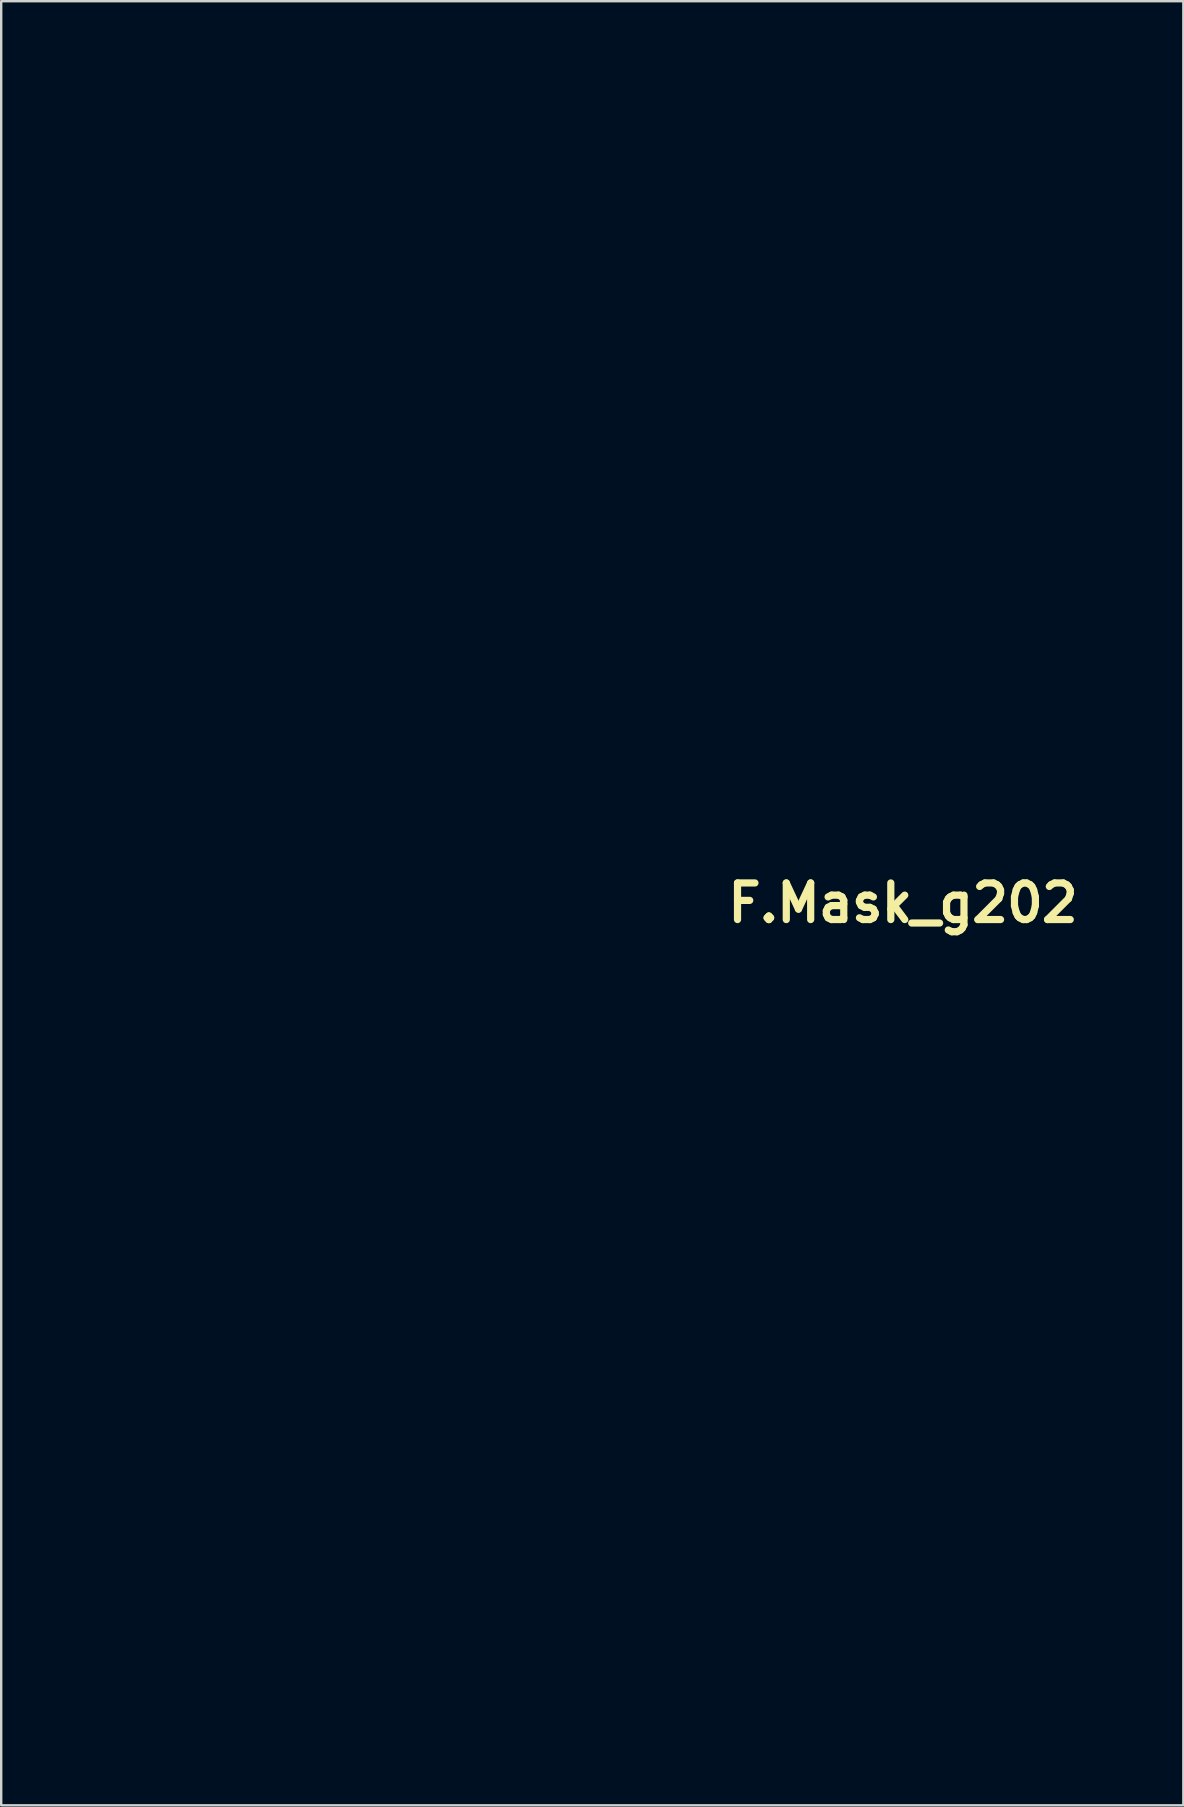
<source format=kicad_pcb>
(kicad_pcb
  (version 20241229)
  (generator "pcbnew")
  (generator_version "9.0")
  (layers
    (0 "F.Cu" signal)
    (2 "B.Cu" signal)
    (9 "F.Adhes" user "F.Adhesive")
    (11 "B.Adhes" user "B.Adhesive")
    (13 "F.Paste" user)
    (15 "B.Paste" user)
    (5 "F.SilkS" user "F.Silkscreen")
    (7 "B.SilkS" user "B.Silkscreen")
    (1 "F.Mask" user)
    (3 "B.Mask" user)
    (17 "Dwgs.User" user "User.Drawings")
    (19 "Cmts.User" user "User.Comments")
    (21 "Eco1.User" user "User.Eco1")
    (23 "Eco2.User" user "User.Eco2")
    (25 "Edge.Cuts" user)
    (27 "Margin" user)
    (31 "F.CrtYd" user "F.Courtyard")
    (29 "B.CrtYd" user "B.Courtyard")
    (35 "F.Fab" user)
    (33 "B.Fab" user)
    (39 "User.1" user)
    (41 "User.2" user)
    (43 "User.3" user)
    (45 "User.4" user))
  (footprint "F.Mask_g202"
    (layer "F.Cu")
    (at 34.57 34.57)
    (property "Reference" "F.Mask_g202" (at 0 0 0) (layer "F.SilkS") (effects (font (size 1.524 1.524) (thickness 0.3))))
    (attr through_hole)
    (fp_poly (pts (xy -21.46 5.755) (xy -21.415 5.79) (xy -21.346 5.844) (xy -21.257 5.916) (xy -21.154 5.999) (xy -21.04 6.093) (xy -20.92 6.191) (xy -20.798 6.292) (xy -20.679 6.391) (xy -20.566 6.485) (xy -20.465 6.57) (xy -20.38 6.642) (xy -20.315 6.699) (xy -20.274 6.735) (xy -20.262 6.748) (xy -20.273 6.767) (xy -20.308 6.813) (xy -20.361 6.881) (xy -20.428 6.964) (xy -20.504 7.059) (xy -20.586 7.159) (xy -20.669 7.26) (xy -20.748 7.355) (xy -20.819 7.44) (xy -20.878 7.509) (xy -20.92 7.556) (xy -20.94 7.577) (xy -20.941 7.578) (xy -20.951 7.56) (xy -20.966 7.514) (xy -20.971 7.498) (xy -20.982 7.461) (xy -21.004 7.388) (xy -21.034 7.284) (xy -21.073 7.154) (xy -21.117 7.002) (xy -21.167 6.834) (xy -21.22 6.653) (xy -21.24 6.586) (xy -21.293 6.406) (xy -21.342 6.239) (xy -21.385 6.089) (xy -21.421 5.961) (xy -21.449 5.859) (xy -21.469 5.787) (xy -21.478 5.749) (xy -21.478 5.744) (xy -21.46 5.755)) (stroke (width 0.01) (type solid)) (fill yes) (layer "F.Mask"))
    (fp_poly (pts (xy -12.958 -5.294) (xy -12.72 -5.22) (xy -12.467 -5.108) (xy -12.233 -4.977) (xy -12.04 -4.85) (xy -11.829 -4.697) (xy -11.611 -4.525) (xy -11.392 -4.341) (xy -11.183 -4.151) (xy -10.991 -3.964) (xy -10.848 -3.813) (xy -10.627 -3.55) (xy -10.447 -3.299) (xy -10.307 -3.058) (xy -10.207 -2.827) (xy -10.147 -2.605) (xy -10.126 -2.391) (xy -10.145 -2.185) (xy -10.204 -1.986) (xy -10.302 -1.793) (xy -10.357 -1.71) (xy -10.507 -1.532) (xy -10.675 -1.393) (xy -10.86 -1.292) (xy -11.06 -1.23) (xy -11.277 -1.208) (xy -11.509 -1.224) (xy -11.682 -1.26) (xy -11.892 -1.328) (xy -12.123 -1.43) (xy -12.373 -1.562) (xy -12.638 -1.725) (xy -12.916 -1.916) (xy -13.144 -2.087) (xy -13.433 -2.325) (xy -13.68 -2.562) (xy -13.889 -2.801) (xy -14.061 -3.044) (xy -14.197 -3.293) (xy -14.3 -3.551) (xy -14.37 -3.821) (xy -14.393 -3.958) (xy -14.403 -4.175) (xy -14.373 -4.391) (xy -14.306 -4.598) (xy -14.202 -4.793) (xy -14.066 -4.968) (xy -13.949 -5.078) (xy -13.775 -5.199) (xy -13.589 -5.281) (xy -13.392 -5.324) (xy -13.181 -5.329) (xy -12.958 -5.294)) (stroke (width 0.01) (type solid)) (fill yes) (layer "F.Mask"))
    (fp_poly (pts (xy -8.602 -9.527) (xy -8.419 -9.483) (xy -8.318 -9.44) (xy -8.256 -9.402) (xy -8.211 -9.355) (xy -8.18 -9.292) (xy -8.158 -9.202) (xy -8.144 -9.104) (xy -8.131 -8.894) (xy -8.148 -8.684) (xy -8.195 -8.471) (xy -8.273 -8.249) (xy -8.385 -8.016) (xy -8.531 -7.766) (xy -8.605 -7.652) (xy -8.672 -7.555) (xy -8.746 -7.452) (xy -8.823 -7.349) (xy -8.899 -7.251) (xy -8.969 -7.164) (xy -9.028 -7.095) (xy -9.071 -7.05) (xy -9.091 -7.034) (xy -9.111 -7.046) (xy -9.16 -7.082) (xy -9.236 -7.141) (xy -9.335 -7.22) (xy -9.454 -7.316) (xy -9.59 -7.426) (xy -9.74 -7.549) (xy -9.901 -7.682) (xy -9.98 -7.748) (xy -10.145 -7.885) (xy -10.301 -8.015) (xy -10.443 -8.134) (xy -10.569 -8.24) (xy -10.675 -8.331) (xy -10.76 -8.404) (xy -10.82 -8.456) (xy -10.851 -8.485) (xy -10.855 -8.49) (xy -10.845 -8.516) (xy -10.807 -8.563) (xy -10.747 -8.628) (xy -10.671 -8.704) (xy -10.585 -8.786) (xy -10.493 -8.869) (xy -10.402 -8.948) (xy -10.316 -9.018) (xy -10.242 -9.074) (xy -10.218 -9.09) (xy -9.985 -9.226) (xy -9.745 -9.34) (xy -9.502 -9.429) (xy -9.261 -9.493) (xy -9.028 -9.532) (xy -8.806 -9.543) (xy -8.602 -9.527)) (stroke (width 0.01) (type solid)) (fill yes) (layer "F.Mask"))
    (fp_poly (pts (xy -8.472 -34.563) (xy -8.314 -34.558) (xy -8.181 -34.547) (xy -8.068 -34.529) (xy -7.965 -34.505) (xy -7.865 -34.472) (xy -7.812 -34.451) (xy -7.672 -34.386) (xy -7.543 -34.306) (xy -7.42 -34.208) (xy -7.297 -34.085) (xy -7.17 -33.934) (xy -7.032 -33.749) (xy -7.023 -33.737) (xy -6.998 -33.702) (xy -6.95 -33.634) (xy -6.879 -33.533) (xy -6.784 -33.398) (xy -6.667 -33.232) (xy -6.528 -33.035) (xy -6.367 -32.807) (xy -6.185 -32.549) (xy -5.983 -32.262) (xy -5.76 -31.947) (xy -5.518 -31.603) (xy -5.256 -31.232) (xy -4.976 -30.834) (xy -4.677 -30.411) (xy -4.361 -29.962) (xy -4.027 -29.489) (xy -3.676 -28.992) (xy -3.309 -28.471) (xy -2.926 -27.928) (xy -2.528 -27.363) (xy -2.114 -26.776) (xy -1.687 -26.169) (xy -1.244 -25.543) (xy -0.789 -24.896) (xy -0.32 -24.232) (xy 0.161 -23.549) (xy 0.655 -22.849) (xy 1.16 -22.132) (xy 1.677 -21.4) (xy 2.204 -20.652) (xy 2.741 -19.889) (xy 3.289 -19.113) (xy 3.845 -18.323) (xy 4.411 -17.521) (xy 4.985 -16.707) (xy 5.567 -15.881) (xy 6.157 -15.045) (xy 6.753 -14.199) (xy 7.356 -13.344) (xy 7.497 -13.145) (xy 7.676 -12.89) (xy 7.832 -12.668) (xy 7.968 -12.475) (xy 8.084 -12.309) (xy 8.183 -12.168) (xy 8.265 -12.049) (xy 8.333 -11.949) (xy 8.389 -11.865) (xy 8.434 -11.796) (xy 8.469 -11.739) (xy 8.496 -11.691) (xy 8.518 -11.65) (xy 8.535 -11.613) (xy 8.55 -11.578) (xy 8.564 -11.541) (xy 8.575 -11.511) (xy 8.595 -11.455) (xy 8.612 -11.4) (xy 8.627 -11.344) (xy 8.64 -11.283) (xy 8.65 -11.214) (xy 8.658 -11.134) (xy 8.665 -11.039) (xy 8.669 -10.928) (xy 8.672 -10.796) (xy 8.674 -10.64) (xy 8.674 -10.458) (xy 8.673 -10.247) (xy 8.671 -10.002) (xy 8.668 -9.721) (xy 8.664 -9.401) (xy 8.664 -9.387) (xy 8.643 -7.821) (xy 8.587 -7.652) (xy 8.484 -7.408) (xy 8.348 -7.186) (xy 8.183 -6.989) (xy 7.99 -6.821) (xy 7.775 -6.684) (xy 7.539 -6.582) (xy 7.348 -6.529) (xy 7.211 -6.509) (xy 7.052 -6.5) (xy 6.891 -6.502) (xy 6.747 -6.517) (xy 6.722 -6.521) (xy 6.576 -6.528) (xy 6.411 -6.502) (xy 6.231 -6.442) (xy 6.116 -6.389) (xy 6.064 -6.362) (xy 6.014 -6.332) (xy 5.962 -6.295) (xy 5.904 -6.249) (xy 5.836 -6.188) (xy 5.751 -6.109) (xy 5.646 -6.009) (xy 5.517 -5.882) (xy 5.506 -5.872) (xy 5.065 -5.44) (xy 5.12 -5.329) (xy 5.147 -5.269) (xy 5.164 -5.213) (xy 5.172 -5.146) (xy 5.175 -5.056) (xy 5.175 -5.015) (xy 5.174 -4.916) (xy 5.169 -4.845) (xy 5.156 -4.789) (xy 5.134 -4.733) (xy 5.11 -4.687) (xy 5.078 -4.632) (xy 5.024 -4.552) (xy 4.954 -4.452) (xy 4.872 -4.34) (xy 4.785 -4.223) (xy 4.697 -4.106) (xy 4.613 -3.998) (xy 4.538 -3.905) (xy 4.478 -3.834) (xy 4.459 -3.813) (xy 4.357 -3.722) (xy 4.228 -3.637) (xy 4.09 -3.567) (xy 3.993 -3.531) (xy 3.819 -3.499) (xy 3.64 -3.504) (xy 3.477 -3.543) (xy 3.387 -3.575) (xy 3.304 -3.465) (xy 3.287 -3.441) (xy 3.245 -3.384) (xy 3.179 -3.295) (xy 3.091 -3.175) (xy 2.981 -3.025) (xy 2.849 -2.846) (xy 2.697 -2.64) (xy 2.526 -2.406) (xy 2.335 -2.147) (xy 2.126 -1.863) (xy 1.9 -1.556) (xy 1.658 -1.226) (xy 1.399 -0.874) (xy 1.125 -0.502) (xy 0.838 -0.11) (xy 0.536 0.3) (xy 0.222 0.727) (xy -0.104 1.171) (xy -0.442 1.63) (xy -0.79 2.104) (xy -1.147 2.59) (xy -1.514 3.089) (xy -1.888 3.598) (xy -2.27 4.118) (xy -2.659 4.647) (xy -2.962 5.059) (xy -3.472 5.753) (xy -3.957 6.414) (xy -4.419 7.041) (xy -4.857 7.636) (xy -5.271 8.199) (xy -5.662 8.731) (xy -6.031 9.231) (xy -6.377 9.702) (xy -6.702 10.142) (xy -7.005 10.554) (xy -7.288 10.936) (xy -7.55 11.291) (xy -7.791 11.618) (xy -8.013 11.917) (xy -8.216 12.191) (xy -8.399 12.438) (xy -8.564 12.66) (xy -8.711 12.856) (xy -8.84 13.029) (xy -8.952 13.178) (xy -9.047 13.303) (xy -9.125 13.406) (xy -9.187 13.487) (xy -9.234 13.546) (xy -9.265 13.584) (xy -9.28 13.6) (xy -9.476 13.757) (xy -9.692 13.882) (xy -9.923 13.971) (xy -10.163 14.022) (xy -10.34 14.033) (xy -10.383 14.031) (xy -10.466 14.025) (xy -10.584 14.016) (xy -10.733 14.003) (xy -10.911 13.987) (xy -11.113 13.969) (xy -11.337 13.948) (xy -11.578 13.925) (xy -11.834 13.9) (xy -12.101 13.874) (xy -12.223 13.862) (xy -12.6 13.826) (xy -12.934 13.794) (xy -13.228 13.766) (xy -13.48 13.744) (xy -13.691 13.726) (xy -13.862 13.713) (xy -13.993 13.704) (xy -14.084 13.7) (xy -14.129 13.7) (xy -14.305 13.726) (xy -14.461 13.787) (xy -14.604 13.887) (xy -14.646 13.924) (xy -14.665 13.946) (xy -14.709 14.001) (xy -14.778 14.087) (xy -14.871 14.204) (xy -14.987 14.35) (xy -15.126 14.525) (xy -15.287 14.727) (xy -15.468 14.957) (xy -15.67 15.212) (xy -15.892 15.493) (xy -16.132 15.797) (xy -16.391 16.125) (xy -16.667 16.475) (xy -16.959 16.846) (xy -17.268 17.238) (xy -17.592 17.649) (xy -17.93 18.079) (xy -18.283 18.526) (xy -18.648 18.99) (xy -19.026 19.47) (xy -19.415 19.964) (xy -19.815 20.473) (xy -20.225 20.995) (xy -20.645 21.528) (xy -21.073 22.073) (xy -21.51 22.628) (xy -21.954 23.193) (xy -22.404 23.766) (xy -22.607 24.024) (xy -23.06 24.6) (xy -23.506 25.169) (xy -23.946 25.728) (xy -24.378 26.278) (xy -24.801 26.816) (xy -25.215 27.343) (xy -25.62 27.858) (xy -26.014 28.358) (xy -26.396 28.845) (xy -26.766 29.316) (xy -27.124 29.77) (xy -27.468 30.208) (xy -27.798 30.627) (xy -28.113 31.027) (xy -28.412 31.407) (xy -28.695 31.767) (xy -28.961 32.104) (xy -29.209 32.419) (xy -29.438 32.71) (xy -29.648 32.976) (xy -29.838 33.217) (xy -30.007 33.432) (xy -30.155 33.619) (xy -30.281 33.777) (xy -30.383 33.907) (xy -30.462 34.007) (xy -30.517 34.075) (xy -30.547 34.112) (xy -30.552 34.117) (xy -30.721 34.269) (xy -30.919 34.398) (xy -31.132 34.499) (xy -31.266 34.543) (xy -31.374 34.565) (xy -31.51 34.579) (xy -31.661 34.586) (xy -31.814 34.585) (xy -31.956 34.577) (xy -32.075 34.561) (xy -32.11 34.553) (xy -32.238 34.51) (xy -32.382 34.445) (xy -32.525 34.367) (xy -32.651 34.285) (xy -32.691 34.254) (xy -32.73 34.218) (xy -32.792 34.154) (xy -32.877 34.064) (xy -32.978 33.953) (xy -33.095 33.825) (xy -33.223 33.682) (xy -33.36 33.529) (xy -33.501 33.369) (xy -33.644 33.206) (xy -33.786 33.043) (xy -33.923 32.884) (xy -34.052 32.733) (xy -34.163 32.601) (xy -34.311 32.404) (xy -34.422 32.209) (xy -34.501 32.006) (xy -34.523 31.931) (xy -34.539 31.857) (xy -34.551 31.782) (xy -34.559 31.696) (xy -34.563 31.59) (xy -34.565 31.455) (xy -34.565 31.391) (xy -34.565 31.344) (xy -34.563 31.258) (xy -34.561 31.132) (xy -34.558 30.969) (xy -34.555 30.771) (xy -34.55 30.538) (xy -34.545 30.273) (xy -34.539 29.977) (xy -34.533 29.652) (xy -34.526 29.299) (xy -34.518 28.919) (xy -34.51 28.515) (xy -34.501 28.087) (xy -34.492 27.638) (xy -34.482 27.169) (xy -34.472 26.682) (xy -34.462 26.177) (xy -34.451 25.657) (xy -34.44 25.123) (xy -34.429 24.577) (xy -34.417 24.021) (xy -34.405 23.455) (xy -34.394 22.881) (xy -34.381 22.302) (xy -34.369 21.718) (xy -34.357 21.131) (xy -34.345 20.543) (xy -34.332 19.954) (xy -34.32 19.368) (xy -34.308 18.785) (xy -34.295 18.207) (xy -34.283 17.636) (xy -34.271 17.072) (xy -34.259 16.518) (xy -34.248 15.975) (xy -34.237 15.445) (xy -34.226 14.928) (xy -34.215 14.428) (xy -34.204 13.945) (xy -34.194 13.481) (xy -34.185 13.038) (xy -34.176 12.616) (xy -34.167 12.218) (xy -34.16 11.896) (xy -29.798 11.896) (xy -29.791 11.975) (xy -29.784 12.02) (xy -29.761 12.12) (xy -29.728 12.208) (xy -29.681 12.291) (xy -29.615 12.376) (xy -29.524 12.468) (xy -29.404 12.576) (xy -29.364 12.61) (xy -29.29 12.673) (xy -29.189 12.759) (xy -29.066 12.865) (xy -28.925 12.986) (xy -28.773 13.118) (xy -28.612 13.256) (xy -28.45 13.396) (xy -28.365 13.47) (xy -28.187 13.623) (xy -27.997 13.787) (xy -27.801 13.955) (xy -27.607 14.122) (xy -27.421 14.282) (xy -27.252 14.427) (xy -27.106 14.552) (xy -27.084 14.57) (xy -26.924 14.707) (xy -26.782 14.829) (xy -26.653 14.941) (xy -26.533 15.047) (xy -26.417 15.152) (xy -26.299 15.26) (xy -26.176 15.374) (xy -26.043 15.501) (xy -25.894 15.643) (xy -25.725 15.806) (xy -25.531 15.993) (xy -25.504 16.019) (xy -25.274 16.24) (xy -25.069 16.434) (xy -24.891 16.6) (xy -24.74 16.736) (xy -24.615 16.844) (xy -24.519 16.921) (xy -24.459 16.964) (xy -24.345 17.02) (xy -24.218 17.049) (xy -24.065 17.053) (xy -24.063 17.053) (xy -23.958 17.045) (xy -23.874 17.026) (xy -23.787 16.991) (xy -23.762 16.979) (xy -23.619 16.886) (xy -23.492 16.762) (xy -23.392 16.616) (xy -23.37 16.573) (xy -23.342 16.506) (xy -23.326 16.443) (xy -23.318 16.367) (xy -23.315 16.267) (xy -23.317 16.168) (xy -23.324 16.096) (xy -23.339 16.036) (xy -23.366 15.973) (xy -23.375 15.954) (xy -23.393 15.919) (xy -23.413 15.886) (xy -23.438 15.852) (xy -23.471 15.812) (xy -23.516 15.765) (xy -23.577 15.706) (xy -23.657 15.631) (xy -23.759 15.537) (xy -23.886 15.421) (xy -23.982 15.335) (xy -24.07 15.254) (xy -24.172 15.159) (xy -24.285 15.054) (xy -24.404 14.942) (xy -24.524 14.827) (xy -24.644 14.713) (xy -24.757 14.604) (xy -24.861 14.504) (xy -24.951 14.415) (xy -25.024 14.343) (xy -25.075 14.291) (xy -25.101 14.262) (xy -25.104 14.258) (xy -25.094 14.236) (xy -25.065 14.181) (xy -25.02 14.097) (xy -24.961 13.989) (xy -24.89 13.861) (xy -24.81 13.716) (xy -24.722 13.558) (xy -24.63 13.393) (xy -24.535 13.223) (xy -24.439 13.053) (xy -24.346 12.888) (xy -24.257 12.73) (xy -24.174 12.584) (xy -24.1 12.455) (xy -24.037 12.346) (xy -23.996 12.277) (xy -23.942 12.187) (xy -23.876 12.08) (xy -23.802 11.962) (xy -23.723 11.838) (xy -23.643 11.714) (xy -23.565 11.594) (xy -23.493 11.484) (xy -23.429 11.39) (xy -23.379 11.316) (xy -23.344 11.269) (xy -23.33 11.253) (xy -23.31 11.263) (xy -23.262 11.296) (xy -23.193 11.348) (xy -23.108 11.414) (xy -23.019 11.486) (xy -22.919 11.567) (xy -22.794 11.667) (xy -22.652 11.779) (xy -22.502 11.897) (xy -22.351 12.014) (xy -22.236 12.103) (xy -22.097 12.21) (xy -21.956 12.318) (xy -21.822 12.423) (xy -21.699 12.518) (xy -21.597 12.599) (xy -21.526 12.655) (xy -21.406 12.749) (xy -21.309 12.818) (xy -21.227 12.867) (xy -21.153 12.897) (xy -21.076 12.914) (xy -20.991 12.92) (xy -20.934 12.92) (xy -20.78 12.911) (xy -20.652 12.881) (xy -20.537 12.825) (xy -20.423 12.74) (xy -20.35 12.67) (xy -20.241 12.549) (xy -20.167 12.432) (xy -20.123 12.309) (xy -20.104 12.169) (xy -20.102 12.107) (xy -20.105 12.007) (xy -20.119 11.928) (xy -20.147 11.846) (xy -20.161 11.815) (xy -20.194 11.751) (xy -20.237 11.687) (xy -20.294 11.62) (xy -20.369 11.547) (xy -20.464 11.464) (xy -20.583 11.369) (xy -20.731 11.256) (xy -20.911 11.124) (xy -20.913 11.123) (xy -21.145 10.954) (xy -21.347 10.807) (xy -21.525 10.676) (xy -21.683 10.557) (xy -21.826 10.448) (xy -21.959 10.343) (xy -22.087 10.239) (xy -22.215 10.132) (xy -22.348 10.018) (xy -22.49 9.892) (xy -22.646 9.752) (xy -22.822 9.593) (xy -23.022 9.41) (xy -23.093 9.345) (xy -23.237 9.214) (xy -23.384 9.08) (xy -23.529 8.95) (xy -23.664 8.828) (xy -23.784 8.721) (xy -23.883 8.633) (xy -23.928 8.594) (xy -24.107 8.436) (xy -24.283 8.276) (xy -24.452 8.117) (xy -24.609 7.965) (xy -24.75 7.824) (xy -24.869 7.699) (xy -24.963 7.593) (xy -25.001 7.548) (xy -25.118 7.407) (xy -25.227 7.301) (xy -25.332 7.228) (xy -25.441 7.182) (xy -25.56 7.16) (xy -25.696 7.158) (xy -25.701 7.159) (xy -25.875 7.184) (xy -26.025 7.24) (xy -26.159 7.331) (xy -26.209 7.376) (xy -26.288 7.462) (xy -26.339 7.542) (xy -26.369 7.629) (xy -26.382 7.737) (xy -26.384 7.821) (xy -26.381 7.925) (xy -26.371 8.018) (xy -26.35 8.11) (xy -26.316 8.209) (xy -26.266 8.326) (xy -26.197 8.469) (xy -26.193 8.477) (xy -26.141 8.581) (xy -26.088 8.675) (xy -26.034 8.763) (xy -25.973 8.849) (xy -25.903 8.936) (xy -25.82 9.028) (xy -25.721 9.13) (xy -25.602 9.245) (xy -25.461 9.377) (xy -25.293 9.529) (xy -25.154 9.654) (xy -25.013 9.78) (xy -24.883 9.898) (xy -24.767 10.006) (xy -24.668 10.099) (xy -24.589 10.175) (xy -24.534 10.23) (xy -24.506 10.262) (xy -24.503 10.268) (xy -24.515 10.295) (xy -24.548 10.35) (xy -24.596 10.426) (xy -24.657 10.516) (xy -24.69 10.564) (xy -24.806 10.733) (xy -24.927 10.919) (xy -25.056 11.124) (xy -25.194 11.353) (xy -25.345 11.609) (xy -25.509 11.894) (xy -25.689 12.211) (xy -25.813 12.434) (xy -25.909 12.606) (xy -25.999 12.766) (xy -26.081 12.911) (xy -26.153 13.036) (xy -26.212 13.139) (xy -26.257 13.214) (xy -26.285 13.26) (xy -26.295 13.271) (xy -26.314 13.257) (xy -26.359 13.218) (xy -26.424 13.159) (xy -26.505 13.084) (xy -26.596 12.997) (xy -26.602 12.991) (xy -26.691 12.907) (xy -26.805 12.802) (xy -26.938 12.68) (xy -27.084 12.549) (xy -27.235 12.413) (xy -27.387 12.28) (xy -27.463 12.213) (xy -27.691 12.014) (xy -27.889 11.84) (xy -28.061 11.69) (xy -28.208 11.563) (xy -28.333 11.456) (xy -28.439 11.368) (xy -28.527 11.297) (xy -28.602 11.241) (xy -28.664 11.198) (xy -28.717 11.167) (xy -28.764 11.145) (xy -28.806 11.132) (xy -28.846 11.125) (xy -28.887 11.122) (xy -28.931 11.122) (xy -28.982 11.123) (xy -29.009 11.123) (xy -29.111 11.124) (xy -29.183 11.129) (xy -29.238 11.141) (xy -29.289 11.16) (xy -29.332 11.182) (xy -29.495 11.29) (xy -29.625 11.423) (xy -29.72 11.58) (xy -29.774 11.734) (xy -29.793 11.823) (xy -29.798 11.896) (xy -34.16 11.896) (xy -34.159 11.845) (xy -34.151 11.499) (xy -34.144 11.181) (xy -34.138 10.893) (xy -34.132 10.637) (xy -34.127 10.413) (xy -34.122 10.224) (xy -34.119 10.071) (xy -34.116 9.955) (xy -34.114 9.879) (xy -34.112 9.843) (xy -34.112 9.842) (xy -34.093 9.659) (xy -34.055 9.494) (xy -33.993 9.329) (xy -33.946 9.229) (xy -33.926 9.195) (xy -33.888 9.137) (xy -33.832 9.052) (xy -33.756 8.942) (xy -33.661 8.805) (xy -33.546 8.641) (xy -33.411 8.45) (xy -33.255 8.23) (xy -33.078 7.981) (xy -32.879 7.702) (xy -32.659 7.394) (xy -32.417 7.055) (xy -32.152 6.686) (xy -31.864 6.285) (xy -31.552 5.851) (xy -31.217 5.385) (xy -30.858 4.886) (xy -30.503 4.392) (xy -30.424 4.282) (xy -23.372 4.282) (xy -23.368 4.371) (xy -23.356 4.473) (xy -23.336 4.591) (xy -23.306 4.733) (xy -23.267 4.902) (xy -23.217 5.104) (xy -23.187 5.224) (xy -23.101 5.559) (xy -23.009 5.918) (xy -22.913 6.291) (xy -22.815 6.67) (xy -22.717 7.045) (xy -22.622 7.407) (xy -22.533 7.745) (xy -22.457 8.033) (xy -22.398 8.261) (xy -22.346 8.483) (xy -22.302 8.687) (xy -22.268 8.865) (xy -22.257 8.932) (xy -22.22 9.15) (xy -22.183 9.33) (xy -22.143 9.479) (xy -22.097 9.602) (xy -22.045 9.705) (xy -21.984 9.792) (xy -21.921 9.861) (xy -21.855 9.918) (xy -21.783 9.969) (xy -21.749 9.989) (xy -21.64 10.023) (xy -21.511 10.032) (xy -21.375 10.015) (xy -21.279 9.988) (xy -21.188 9.951) (xy -21.1 9.906) (xy -21.011 9.853) (xy -20.919 9.787) (xy -20.822 9.707) (xy -20.716 9.611) (xy -20.6 9.495) (xy -20.47 9.357) (xy -20.325 9.196) (xy -20.161 9.007) (xy -19.976 8.79) (xy -19.785 8.562) (xy -19.656 8.406) (xy -19.533 8.26) (xy -19.421 8.125) (xy -19.322 8.007) (xy -19.239 7.908) (xy -19.174 7.831) (xy -19.131 7.781) (xy -19.113 7.761) (xy -19.102 7.75) (xy -19.087 7.746) (xy -19.067 7.751) (xy -19.037 7.767) (xy -18.993 7.797) (xy -18.933 7.844) (xy -18.851 7.91) (xy -18.744 7.998) (xy -18.61 8.11) (xy -18.597 8.12) (xy -18.428 8.261) (xy -18.286 8.376) (xy -18.167 8.469) (xy -18.066 8.543) (xy -17.981 8.6) (xy -17.906 8.643) (xy -17.837 8.677) (xy -17.77 8.702) (xy -17.749 8.709) (xy -17.608 8.737) (xy -17.457 8.738) (xy -17.313 8.714) (xy -17.219 8.679) (xy -17.118 8.616) (xy -17.013 8.524) (xy -16.916 8.417) (xy -16.838 8.306) (xy -16.814 8.262) (xy -16.762 8.11) (xy -16.745 7.949) (xy -16.764 7.789) (xy -16.818 7.639) (xy -16.887 7.53) (xy -16.933 7.479) (xy -17.007 7.407) (xy -17.111 7.312) (xy -17.245 7.195) (xy -17.41 7.054) (xy -17.607 6.888) (xy -17.693 6.816) (xy -17.798 6.729) (xy -17.891 6.651) (xy -17.967 6.586) (xy -18.022 6.538) (xy -18.052 6.512) (xy -18.055 6.508) (xy -18.044 6.489) (xy -18.014 6.442) (xy -17.969 6.374) (xy -17.919 6.3) (xy -17.805 6.109) (xy -17.732 5.931) (xy -17.698 5.764) (xy -17.705 5.608) (xy -17.752 5.462) (xy -17.839 5.325) (xy -17.905 5.252) (xy -17.983 5.183) (xy -18.072 5.117) (xy -18.151 5.069) (xy -18.229 5.034) (xy -18.297 5.015) (xy -18.376 5.007) (xy -18.437 5.006) (xy -18.525 5.008) (xy -18.588 5.017) (xy -18.644 5.038) (xy -18.71 5.075) (xy -18.719 5.08) (xy -18.784 5.124) (xy -18.867 5.19) (xy -18.959 5.267) (xy -19.042 5.342) (xy -19.124 5.418) (xy -19.183 5.469) (xy -19.222 5.499) (xy -19.249 5.51) (xy -19.27 5.508) (xy -19.282 5.5) (xy -19.304 5.483) (xy -19.357 5.44) (xy -19.436 5.374) (xy -19.541 5.288) (xy -19.668 5.183) (xy -19.816 5.061) (xy -19.98 4.924) (xy -20.16 4.775) (xy -20.352 4.616) (xy -20.554 4.448) (xy -20.647 4.371) (xy -20.867 4.189) (xy -21.076 4.016) (xy -21.273 3.855) (xy -21.454 3.707) (xy -21.618 3.574) (xy -21.762 3.459) (xy -21.883 3.362) (xy -21.98 3.287) (xy -22.049 3.235) (xy -22.089 3.208) (xy -22.091 3.207) (xy -22.157 3.175) (xy -22.214 3.156) (xy -22.279 3.146) (xy -22.366 3.143) (xy -22.394 3.143) (xy -22.488 3.145) (xy -22.558 3.152) (xy -22.621 3.17) (xy -22.694 3.201) (xy -22.738 3.223) (xy -22.89 3.32) (xy -23.031 3.45) (xy -23.155 3.606) (xy -23.255 3.779) (xy -23.326 3.961) (xy -23.345 4.039) (xy -23.36 4.121) (xy -23.369 4.201) (xy -23.372 4.282) (xy -30.424 4.282) (xy -30.181 3.946) (xy -29.848 3.484) (xy -29.506 3.008) (xy -29.156 2.522) (xy -28.801 2.029) (xy -28.666 1.841) (xy -21.218 1.841) (xy -21.204 2.013) (xy -21.162 2.16) (xy -21.089 2.291) (xy -21.019 2.376) (xy -20.888 2.494) (xy -20.741 2.572) (xy -20.578 2.613) (xy -20.397 2.616) (xy -20.315 2.607) (xy -20.16 2.585) (xy -20.016 2.568) (xy -19.876 2.556) (xy -19.73 2.55) (xy -19.57 2.547) (xy -19.387 2.549) (xy -19.173 2.554) (xy -19.104 2.556) (xy -18.924 2.561) (xy -18.713 2.565) (xy -18.485 2.567) (xy -18.251 2.568) (xy -18.023 2.568) (xy -17.814 2.566) (xy -17.799 2.566) (xy -17.571 2.564) (xy -17.384 2.563) (xy -17.239 2.565) (xy -17.134 2.568) (xy -17.069 2.574) (xy -17.045 2.579) (xy -17.013 2.615) (xy -16.993 2.684) (xy -16.99 2.703) (xy -16.984 2.745) (xy -16.973 2.824) (xy -16.958 2.935) (xy -16.938 3.074) (xy -16.915 3.235) (xy -16.889 3.415) (xy -16.861 3.607) (xy -16.841 3.747) (xy -16.807 3.983) (xy -16.771 4.243) (xy -16.734 4.514) (xy -16.697 4.786) (xy -16.662 5.049) (xy -16.631 5.291) (xy -16.605 5.502) (xy -16.605 5.503) (xy -16.572 5.76) (xy -16.543 5.976) (xy -16.518 6.152) (xy -16.495 6.288) (xy -16.477 6.382) (xy -16.463 6.429) (xy -16.396 6.558) (xy -16.295 6.677) (xy -16.172 6.778) (xy -16.035 6.853) (xy -15.95 6.882) (xy -15.853 6.895) (xy -15.733 6.893) (xy -15.608 6.877) (xy -15.495 6.85) (xy -15.443 6.83) (xy -15.363 6.789) (xy -15.287 6.744) (xy -15.251 6.719) (xy -15.147 6.618) (xy -15.059 6.489) (xy -14.992 6.344) (xy -14.952 6.197) (xy -14.944 6.102) (xy -14.947 6.043) (xy -14.956 5.945) (xy -14.97 5.811) (xy -14.989 5.644) (xy -15.013 5.448) (xy -15.041 5.225) (xy -15.072 4.978) (xy -15.107 4.711) (xy -15.145 4.426) (xy -15.185 4.127) (xy -15.228 3.816) (xy -15.272 3.496) (xy -15.316 3.189) (xy -15.336 3.044) (xy -15.353 2.915) (xy -15.367 2.805) (xy -15.376 2.721) (xy -15.381 2.668) (xy -15.38 2.652) (xy -15.356 2.65) (xy -15.294 2.65) (xy -15.2 2.654) (xy -15.08 2.661) (xy -14.938 2.67) (xy -14.78 2.681) (xy -14.611 2.694) (xy -14.435 2.707) (xy -14.259 2.722) (xy -14.087 2.737) (xy -13.924 2.753) (xy -13.795 2.766) (xy -13.485 2.794) (xy -13.192 2.814) (xy -12.921 2.823) (xy -12.676 2.823) (xy -12.46 2.814) (xy -12.28 2.795) (xy -12.191 2.779) (xy -11.987 2.722) (xy -11.819 2.645) (xy -11.685 2.549) (xy -11.644 2.509) (xy -11.568 2.418) (xy -11.516 2.332) (xy -11.484 2.239) (xy -11.467 2.127) (xy -11.462 1.986) (xy -11.462 1.979) (xy -11.463 1.87) (xy -11.468 1.792) (xy -11.478 1.734) (xy -11.494 1.683) (xy -11.511 1.646) (xy -11.611 1.492) (xy -11.739 1.367) (xy -11.87 1.287) (xy -12.011 1.217) (xy -12.816 1.203) (xy -13.021 1.198) (xy -13.234 1.193) (xy -13.446 1.186) (xy -13.648 1.178) (xy -13.831 1.17) (xy -13.988 1.161) (xy -14.076 1.156) (xy -14.244 1.144) (xy -14.438 1.13) (xy -14.643 1.116) (xy -14.843 1.102) (xy -15.023 1.09) (xy -15.028 1.089) (xy -15.171 1.079) (xy -15.302 1.07) (xy -15.414 1.061) (xy -15.501 1.054) (xy -15.555 1.049) (xy -15.57 1.047) (xy -15.585 1.04) (xy -15.599 1.023) (xy -15.614 0.991) (xy -15.631 0.938) (xy -15.651 0.86) (xy -15.676 0.751) (xy -15.708 0.606) (xy -15.715 0.577) (xy -15.748 0.428) (xy -15.79 0.249) (xy -15.836 0.052) (xy -15.885 -0.151) (xy -15.934 -0.349) (xy -15.971 -0.497) (xy -16.044 -0.793) (xy -16.107 -1.058) (xy -16.162 -1.304) (xy -16.211 -1.541) (xy -16.257 -1.779) (xy -16.301 -2.029) (xy -16.309 -2.074) (xy -16.338 -2.23) (xy -16.368 -2.363) (xy -16.397 -2.467) (xy -16.417 -2.519) (xy -16.5 -2.655) (xy -16.613 -2.777) (xy -16.745 -2.87) (xy -16.753 -2.875) (xy -16.806 -2.901) (xy -16.855 -2.918) (xy -16.912 -2.927) (xy -16.989 -2.931) (xy -17.081 -2.932) (xy -17.187 -2.93) (xy -17.263 -2.925) (xy -17.323 -2.914) (xy -17.38 -2.895) (xy -17.433 -2.872) (xy -17.547 -2.805) (xy -17.652 -2.718) (xy -17.739 -2.62) (xy -17.793 -2.529) (xy -17.813 -2.457) (xy -17.828 -2.352) (xy -17.838 -2.223) (xy -17.841 -2.079) (xy -17.838 -1.929) (xy -17.829 -1.783) (xy -17.824 -1.733) (xy -17.802 -1.557) (xy -17.772 -1.364) (xy -17.734 -1.15) (xy -17.688 -0.91) (xy -17.632 -0.642) (xy -17.565 -0.342) (xy -17.488 -0.005) (xy -17.467 0.085) (xy -17.26 0.963) (xy -17.843 0.974) (xy -18.035 0.976) (xy -18.249 0.977) (xy -18.471 0.975) (xy -18.686 0.973) (xy -18.879 0.969) (xy -18.955 0.966) (xy -19.281 0.958) (xy -19.569 0.957) (xy -19.823 0.963) (xy -20.047 0.978) (xy -20.245 1) (xy -20.419 1.032) (xy -20.575 1.073) (xy -20.717 1.124) (xy -20.827 1.174) (xy -20.936 1.248) (xy -21.039 1.351) (xy -21.126 1.473) (xy -21.163 1.541) (xy -21.192 1.612) (xy -21.209 1.678) (xy -21.216 1.755) (xy -21.218 1.841) (xy -28.666 1.841) (xy -28.443 1.532) (xy -28.085 1.034) (xy -27.728 0.539) (xy -27.374 0.048) (xy -27.027 -0.435) (xy -26.687 -0.906) (xy -26.358 -1.364) (xy -26.041 -1.804) (xy -25.739 -2.223) (xy -25.454 -2.619) (xy -25.188 -2.989) (xy -24.943 -3.329) (xy -24.81 -3.514) (xy -24.56 -3.861) (xy -24.409 -4.07) (xy -15.928 -4.07) (xy -15.922 -3.873) (xy -15.905 -3.686) (xy -15.879 -3.521) (xy -15.877 -3.514) (xy -15.771 -3.109) (xy -15.625 -2.72) (xy -15.44 -2.348) (xy -15.216 -1.992) (xy -14.953 -1.652) (xy -14.651 -1.328) (xy -14.31 -1.019) (xy -14.209 -0.937) (xy -13.809 -0.636) (xy -13.417 -0.376) (xy -13.033 -0.157) (xy -12.654 0.022) (xy -12.282 0.16) (xy -11.915 0.258) (xy -11.552 0.317) (xy -11.303 0.335) (xy -11.237 0.334) (xy -11.146 0.329) (xy -11.046 0.32) (xy -11.017 0.317) (xy -10.7 0.261) (xy -10.4 0.168) (xy -10.116 0.035) (xy -9.946 -0.068) (xy -9.694 -0.255) (xy -9.458 -0.472) (xy -9.242 -0.715) (xy -9.048 -0.977) (xy -8.882 -1.253) (xy -8.746 -1.537) (xy -8.645 -1.824) (xy -8.592 -2.053) (xy -8.567 -2.277) (xy -8.566 -2.522) (xy -8.587 -2.777) (xy -8.629 -3.029) (xy -8.692 -3.267) (xy -8.712 -3.328) (xy -8.84 -3.635) (xy -9.006 -3.949) (xy -9.21 -4.269) (xy -9.45 -4.592) (xy -9.725 -4.915) (xy -10.031 -5.236) (xy -10.368 -5.554) (xy -10.425 -5.604) (xy -10.731 -5.863) (xy -11.024 -6.086) (xy -11.308 -6.276) (xy -11.586 -6.436) (xy -11.864 -6.568) (xy -12.147 -6.675) (xy -12.439 -6.758) (xy -12.619 -6.798) (xy -12.792 -6.825) (xy -12.987 -6.841) (xy -13.191 -6.848) (xy -13.394 -6.845) (xy -13.583 -6.832) (xy -13.746 -6.81) (xy -13.791 -6.8) (xy -14.099 -6.708) (xy -14.392 -6.577) (xy -14.669 -6.412) (xy -14.926 -6.215) (xy -15.161 -5.988) (xy -15.371 -5.736) (xy -15.553 -5.46) (xy -15.704 -5.163) (xy -15.822 -4.85) (xy -15.889 -4.593) (xy -15.912 -4.443) (xy -15.925 -4.265) (xy -15.928 -4.07) (xy -24.409 -4.07) (xy -24.309 -4.209) (xy -24.06 -4.553) (xy -23.815 -4.893) (xy -23.574 -5.226) (xy -23.34 -5.549) (xy -23.114 -5.861) (xy -22.898 -6.157) (xy -22.695 -6.437) (xy -22.504 -6.699) (xy -22.33 -6.938) (xy -22.172 -7.154) (xy -22.032 -7.344) (xy -21.914 -7.505) (xy -21.817 -7.635) (xy -21.781 -7.684) (xy -21.718 -7.768) (xy -21.63 -7.885) (xy -21.52 -8.033) (xy -21.388 -8.211) (xy -21.234 -8.418) (xy -21.188 -8.481) (xy -12.718 -8.481) (xy -12.706 -8.33) (xy -12.674 -8.188) (xy -12.66 -8.147) (xy -12.643 -8.105) (xy -12.626 -8.066) (xy -12.607 -8.027) (xy -12.583 -7.988) (xy -12.552 -7.946) (xy -12.513 -7.899) (xy -12.464 -7.846) (xy -12.403 -7.784) (xy -12.327 -7.713) (xy -12.236 -7.63) (xy -12.126 -7.534) (xy -11.996 -7.422) (xy -11.845 -7.292) (xy -11.669 -7.144) (xy -11.468 -6.975) (xy -11.239 -6.784) (xy -10.981 -6.568) (xy -10.841 -6.451) (xy -10.597 -6.247) (xy -10.348 -6.039) (xy -10.099 -5.831) (xy -9.854 -5.625) (xy -9.615 -5.425) (xy -9.388 -5.234) (xy -9.174 -5.055) (xy -8.979 -4.891) (xy -8.805 -4.744) (xy -8.656 -4.619) (xy -8.541 -4.521) (xy -8.348 -4.357) (xy -8.184 -4.219) (xy -8.047 -4.103) (xy -7.934 -4.008) (xy -7.843 -3.931) (xy -7.77 -3.87) (xy -7.713 -3.823) (xy -7.669 -3.788) (xy -7.636 -3.763) (xy -7.61 -3.745) (xy -7.589 -3.732) (xy -7.57 -3.721) (xy -7.55 -3.711) (xy -7.539 -3.705) (xy -7.377 -3.647) (xy -7.208 -3.629) (xy -7.035 -3.651) (xy -6.884 -3.704) (xy -6.733 -3.796) (xy -6.607 -3.914) (xy -6.509 -4.054) (xy -6.442 -4.21) (xy -6.408 -4.374) (xy -6.41 -4.541) (xy -6.45 -4.705) (xy -6.452 -4.71) (xy -6.475 -4.765) (xy -6.502 -4.816) (xy -6.537 -4.867) (xy -6.583 -4.921) (xy -6.643 -4.982) (xy -6.722 -5.052) (xy -6.822 -5.136) (xy -6.947 -5.237) (xy -7.101 -5.358) (xy -7.181 -5.42) (xy -7.317 -5.526) (xy -7.441 -5.623) (xy -7.551 -5.709) (xy -7.642 -5.781) (xy -7.71 -5.836) (xy -7.751 -5.871) (xy -7.763 -5.882) (xy -7.748 -5.899) (xy -7.701 -5.932) (xy -7.628 -5.978) (xy -7.534 -6.033) (xy -7.425 -6.095) (xy -7.306 -6.158) (xy -7.183 -6.222) (xy -7.144 -6.241) (xy -6.657 -6.463) (xy -6.156 -6.65) (xy -5.634 -6.805) (xy -5.089 -6.929) (xy -4.636 -7.006) (xy -4.429 -7.043) (xy -4.259 -7.09) (xy -4.12 -7.151) (xy -4.007 -7.228) (xy -3.914 -7.325) (xy -3.836 -7.444) (xy -3.82 -7.473) (xy -3.759 -7.636) (xy -3.735 -7.801) (xy -3.747 -7.965) (xy -3.792 -8.12) (xy -3.867 -8.263) (xy -3.969 -8.387) (xy -4.096 -8.488) (xy -4.246 -8.559) (xy -4.373 -8.59) (xy -4.509 -8.601) (xy -4.679 -8.598) (xy -4.877 -8.58) (xy -5.099 -8.55) (xy -5.338 -8.509) (xy -5.589 -8.457) (xy -5.846 -8.395) (xy -6.105 -8.325) (xy -6.359 -8.246) (xy -6.4 -8.233) (xy -6.497 -8.201) (xy -6.578 -8.175) (xy -6.637 -8.157) (xy -6.665 -8.149) (xy -6.666 -8.149) (xy -6.667 -8.168) (xy -6.66 -8.219) (xy -6.645 -8.293) (xy -6.633 -8.34) (xy -6.587 -8.555) (xy -6.558 -8.756) (xy -6.544 -8.961) (xy -6.545 -9.188) (xy -6.546 -9.221) (xy -6.557 -9.409) (xy -6.576 -9.567) (xy -6.607 -9.708) (xy -6.652 -9.843) (xy -6.714 -9.985) (xy -6.732 -10.022) (xy -6.865 -10.244) (xy -7.034 -10.448) (xy -7.236 -10.631) (xy -7.467 -10.791) (xy -7.723 -10.923) (xy -7.793 -10.953) (xy -8.077 -11.045) (xy -8.381 -11.101) (xy -8.704 -11.121) (xy -9.045 -11.105) (xy -9.403 -11.053) (xy -9.775 -10.966) (xy -10.161 -10.843) (xy -10.435 -10.737) (xy -10.605 -10.664) (xy -10.76 -10.591) (xy -10.904 -10.513) (xy -11.043 -10.428) (xy -11.18 -10.332) (xy -11.32 -10.221) (xy -11.468 -10.093) (xy -11.629 -9.943) (xy -11.807 -9.769) (xy -12.007 -9.566) (xy -12.045 -9.527) (xy -12.191 -9.376) (xy -12.31 -9.251) (xy -12.405 -9.148) (xy -12.481 -9.064) (xy -12.54 -8.993) (xy -12.585 -8.932) (xy -12.619 -8.878) (xy -12.647 -8.826) (xy -12.67 -8.772) (xy -12.68 -8.745) (xy -12.71 -8.624) (xy -12.718 -8.481) (xy -21.188 -8.481) (xy -21.061 -8.651) (xy -20.868 -8.911) (xy -20.658 -9.195) (xy -20.43 -9.502) (xy -20.187 -9.83) (xy -19.928 -10.179) (xy -19.656 -10.546) (xy -19.371 -10.931) (xy -19.074 -11.332) (xy -18.767 -11.747) (xy -18.449 -12.176) (xy -18.123 -12.617) (xy -17.789 -13.068) (xy -17.448 -13.529) (xy -17.102 -13.997) (xy -16.75 -14.471) (xy -16.396 -14.951) (xy -16.215 -15.195) (xy -11.341 -21.785) (xy -11.4 -21.905) (xy -11.448 -22.042) (xy -11.47 -22.196) (xy -11.466 -22.351) (xy -11.442 -22.462) (xy -11.416 -22.522) (xy -11.369 -22.609) (xy -11.305 -22.716) (xy -11.228 -22.837) (xy -11.144 -22.966) (xy -11.056 -23.095) (xy -10.969 -23.219) (xy -10.888 -23.33) (xy -10.816 -23.422) (xy -10.758 -23.489) (xy -10.749 -23.498) (xy -10.608 -23.614) (xy -10.464 -23.7) (xy -10.375 -23.741) (xy -10.303 -23.767) (xy -10.23 -23.78) (xy -10.136 -23.787) (xy -10.116 -23.788) (xy -9.931 -23.795) (xy -9.92 -23.862) (xy -9.918 -23.895) (xy -9.916 -23.968) (xy -9.914 -24.077) (xy -9.912 -24.22) (xy -9.911 -24.395) (xy -9.91 -24.599) (xy -9.908 -24.829) (xy -9.907 -25.082) (xy -9.906 -25.357) (xy -9.906 -25.65) (xy -9.905 -25.958) (xy -9.904 -26.28) (xy -9.904 -26.612) (xy -9.904 -26.953) (xy -9.904 -27.298) (xy -9.904 -27.646) (xy -9.904 -27.995) (xy -9.904 -28.34) (xy -9.905 -28.681) (xy -9.905 -29.014) (xy -9.906 -29.336) (xy -9.907 -29.645) (xy -9.908 -29.939) (xy -9.909 -30.214) (xy -9.91 -30.469) (xy -9.911 -30.699) (xy -9.913 -30.904) (xy -9.914 -31.08) (xy -9.916 -31.225) (xy -9.918 -31.336) (xy -9.92 -31.41) (xy -9.922 -31.445) (xy -9.922 -31.447) (xy -9.938 -31.484) (xy -9.969 -31.554) (xy -10.014 -31.648) (xy -10.069 -31.762) (xy -10.131 -31.888) (xy -10.169 -31.965) (xy -10.26 -32.149) (xy -10.331 -32.302) (xy -10.386 -32.433) (xy -10.425 -32.547) (xy -10.452 -32.652) (xy -10.468 -32.754) (xy -10.474 -32.86) (xy -10.474 -32.978) (xy -10.472 -33.04) (xy -10.46 -33.212) (xy -10.437 -33.357) (xy -10.399 -33.49) (xy -10.343 -33.626) (xy -10.308 -33.697) (xy -10.18 -33.906) (xy -10.017 -34.094) (xy -9.826 -34.256) (xy -9.611 -34.388) (xy -9.378 -34.488) (xy -9.26 -34.523) (xy -9.194 -34.538) (xy -9.127 -34.549) (xy -9.05 -34.557) (xy -8.956 -34.562) (xy -8.836 -34.564) (xy -8.683 -34.565) (xy -8.666 -34.565) (xy -8.472 -34.563)) (stroke (width 0.01) (type solid)) (fill yes) (layer "F.Mask")))
  (gr_rect
    (start -3 -3)
    (end 46.249 72.161)
    (stroke (width 0.1) (type default))
    (fill no)
    (layer "Edge.Cuts")))
</source>
